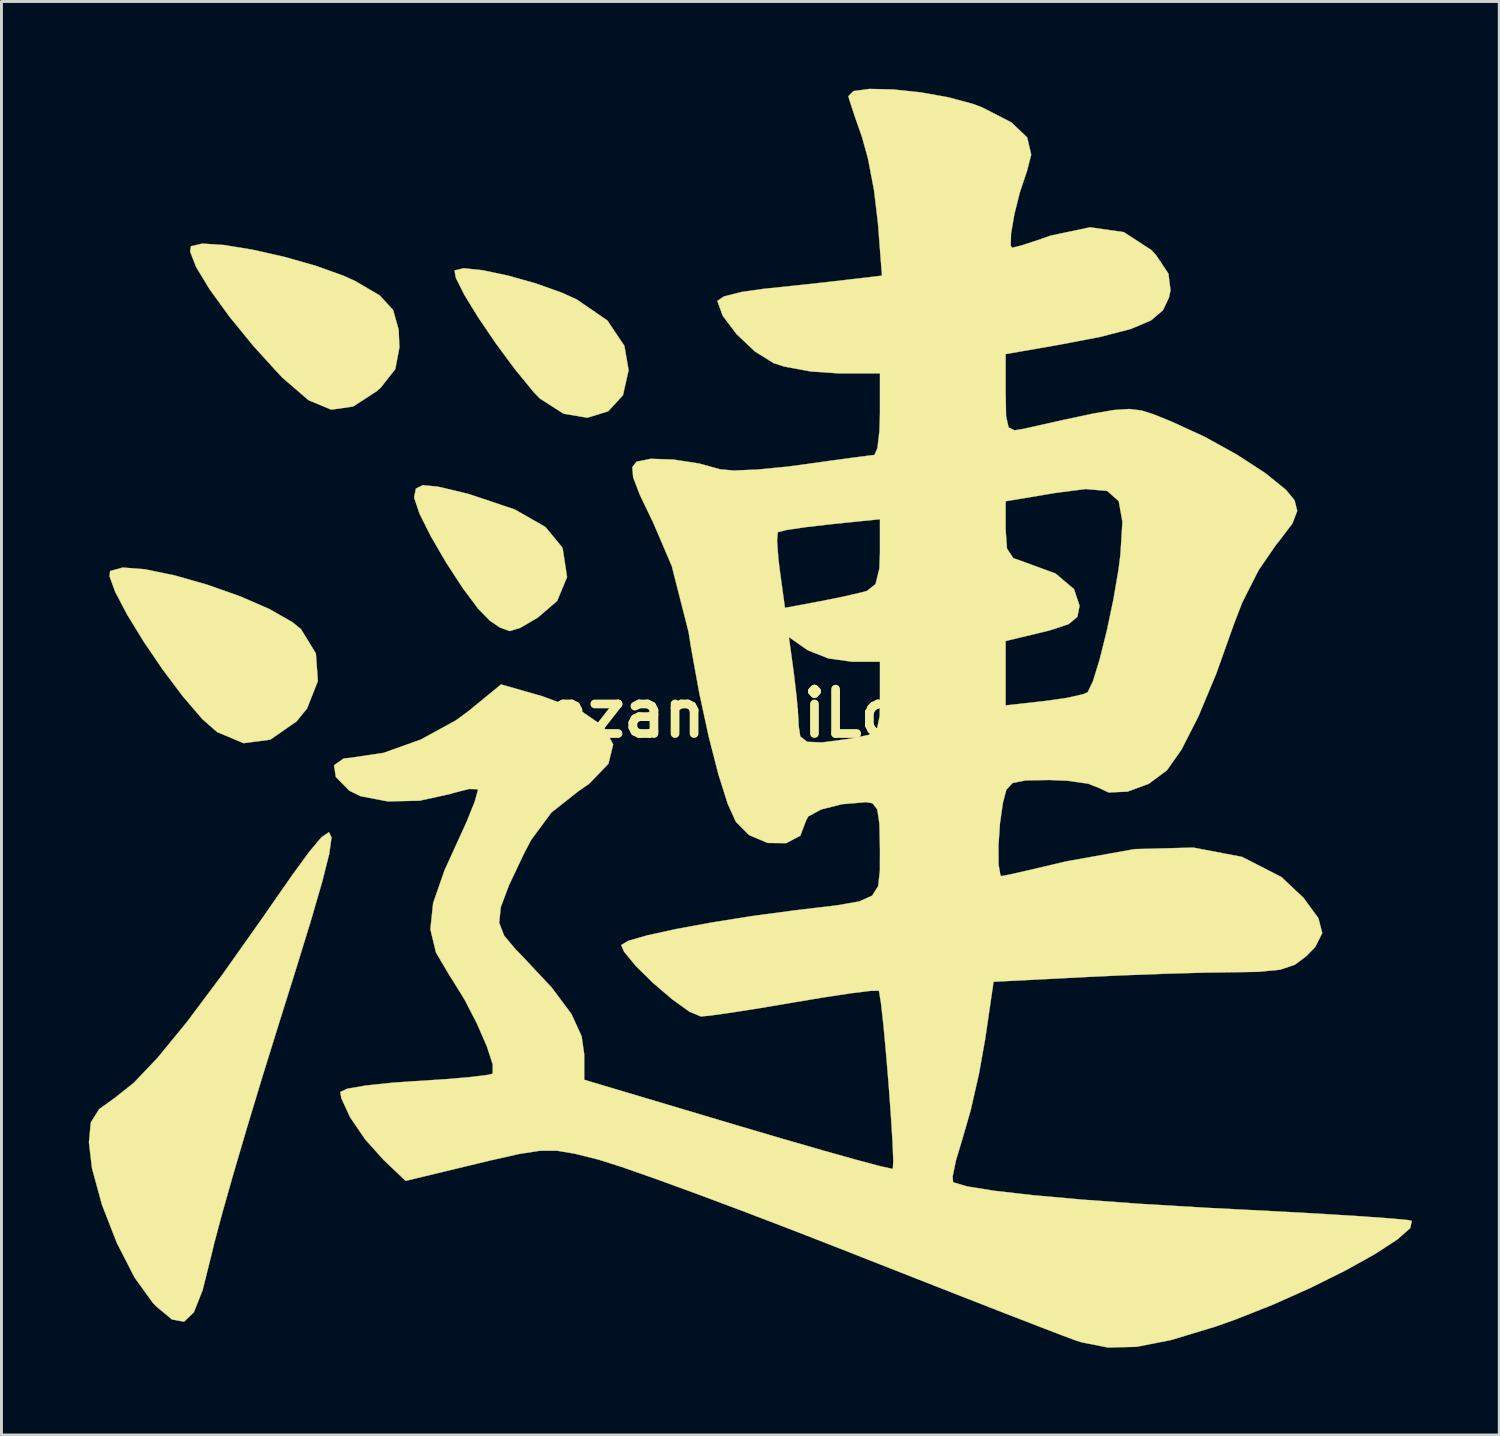
<source format=kicad_pcb>
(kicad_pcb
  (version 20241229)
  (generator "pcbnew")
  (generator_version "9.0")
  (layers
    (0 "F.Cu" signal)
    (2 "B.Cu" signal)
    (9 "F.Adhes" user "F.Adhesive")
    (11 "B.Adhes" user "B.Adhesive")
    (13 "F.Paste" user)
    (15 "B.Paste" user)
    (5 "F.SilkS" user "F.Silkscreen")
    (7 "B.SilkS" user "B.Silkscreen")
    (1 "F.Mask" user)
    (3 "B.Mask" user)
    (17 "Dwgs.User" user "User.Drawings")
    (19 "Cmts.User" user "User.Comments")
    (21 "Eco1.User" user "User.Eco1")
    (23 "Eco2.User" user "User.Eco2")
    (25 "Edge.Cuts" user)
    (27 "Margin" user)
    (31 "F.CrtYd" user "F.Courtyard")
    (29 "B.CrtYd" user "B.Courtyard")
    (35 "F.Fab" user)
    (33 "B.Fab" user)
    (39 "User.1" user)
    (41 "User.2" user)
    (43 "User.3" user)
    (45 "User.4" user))
  (footprint "sazanamiLogo"
    (layer "F.Cu")
    (at 22.611 21.463)
    (property "Reference" "sazanamiLogo" (at 0 0 0) (layer "F.SilkS") (effects (font (size 1.524 1.524) (thickness 0.3))))
    (attr through_hole)
    (fp_poly (pts (xy -9.072 -15.227) (xy -8.203 -15.043) (xy -7.255 -14.776) (xy -6.361 -14.458) (xy -5.851 -14.228) (xy -4.794 -13.503) (xy -4.208 -12.631) (xy -4.064 -11.794) (xy -4.257 -10.934) (xy -4.765 -10.381) (xy -5.481 -10.161) (xy -6.297 -10.298) (xy -7.108 -10.817) (xy -7.324 -11.04) (xy -7.975 -11.834) (xy -8.634 -12.726) (xy -9.236 -13.614) (xy -9.714 -14.396) (xy -10.001 -14.97) (xy -10.044 -15.222) (xy -9.73 -15.297) (xy -9.072 -15.227)) (stroke (width 0.01) (type solid)) (fill yes) (layer "F.SilkS"))
    (fp_poly (pts (xy -20.667 -4.952) (xy -19.659 -4.743) (xy -18.536 -4.422) (xy -17.412 -4.025) (xy -16.401 -3.586) (xy -15.619 -3.14) (xy -15.319 -2.896) (xy -14.808 -2.063) (xy -14.739 -1.115) (xy -15.109 -0.175) (xy -15.474 0.274) (xy -16.373 0.899) (xy -17.293 1.021) (xy -18.204 0.638) (xy -18.712 0.191) (xy -19.379 -0.587) (xy -20.071 -1.507) (xy -20.728 -2.474) (xy -21.291 -3.394) (xy -21.701 -4.171) (xy -21.897 -4.71) (xy -21.878 -4.894) (xy -21.445 -5.014) (xy -20.667 -4.952)) (stroke (width 0.01) (type solid)) (fill yes) (layer "F.SilkS"))
    (fp_poly (pts (xy -10.617 -7.794) (xy -9.731 -7.584) (xy -9.525 -7.53) (xy -7.976 -7.01) (xy -6.922 -6.408) (xy -6.354 -5.719) (xy -6.325 -5.649) (xy -6.178 -4.686) (xy -6.518 -3.866) (xy -7.182 -3.295) (xy -7.786 -2.941) (xy -8.154 -2.831) (xy -8.486 -2.953) (xy -8.829 -3.186) (xy -9.238 -3.604) (xy -9.768 -4.316) (xy -10.334 -5.186) (xy -10.854 -6.079) (xy -11.246 -6.859) (xy -11.426 -7.392) (xy -11.43 -7.444) (xy -11.371 -7.728) (xy -11.132 -7.844) (xy -10.617 -7.794)) (stroke (width 0.01) (type solid)) (fill yes) (layer "F.SilkS"))
    (fp_poly (pts (xy -17.967 -16.095) (xy -16.986 -15.935) (xy -15.893 -15.688) (xy -14.81 -15.381) (xy -13.861 -15.04) (xy -13.454 -14.855) (xy -12.613 -14.362) (xy -12.152 -13.858) (xy -11.964 -13.183) (xy -11.938 -12.575) (xy -12.08 -11.83) (xy -12.58 -11.193) (xy -12.719 -11.072) (xy -13.529 -10.546) (xy -14.28 -10.438) (xy -15.061 -10.763) (xy -15.957 -11.535) (xy -16.04 -11.62) (xy -16.962 -12.633) (xy -17.785 -13.643) (xy -18.458 -14.572) (xy -18.924 -15.341) (xy -19.131 -15.873) (xy -19.099 -16.054) (xy -18.712 -16.144) (xy -17.967 -16.095)) (stroke (width 0.01) (type solid)) (fill yes) (layer "F.SilkS"))
    (fp_poly (pts (xy -14.271 4.261) (xy -14.349 4.82) (xy -14.589 5.777) (xy -14.99 7.155) (xy -15.551 8.976) (xy -16.094 10.705) (xy -16.646 12.482) (xy -17.171 14.218) (xy -17.641 15.815) (xy -18.027 17.175) (xy -18.301 18.202) (xy -18.392 18.585) (xy -18.7 19.815) (xy -19.001 20.575) (xy -19.338 20.898) (xy -19.752 20.821) (xy -20.287 20.377) (xy -20.412 20.248) (xy -21.037 19.381) (xy -21.643 18.198) (xy -22.156 16.885) (xy -22.5 15.63) (xy -22.606 14.738) (xy -22.54 14.049) (xy -22.254 13.594) (xy -21.714 13.206) (xy -21.064 12.689) (xy -20.246 11.829) (xy -19.241 10.602) (xy -18.03 8.984) (xy -16.592 6.951) (xy -16.383 6.648) (xy -15.622 5.555) (xy -15.032 4.747) (xy -14.612 4.247) (xy -14.358 4.078) (xy -14.271 4.261)) (stroke (width 0.01) (type solid)) (fill yes) (layer "F.SilkS"))
    (fp_poly (pts (xy 5.022 -21.44) (xy 5.965 -21.341) (xy 6.924 -21.17) (xy 7.778 -20.939) (xy 8.091 -20.82) (xy 9.088 -20.308) (xy 9.631 -19.791) (xy 9.769 -19.199) (xy 9.62 -18.622) (xy 9.382 -17.917) (xy 9.191 -17.154) (xy 9.076 -16.487) (xy 9.065 -16.069) (xy 9.115 -16.001) (xy 9.426 -16.079) (xy 10.043 -16.279) (xy 10.437 -16.418) (xy 11.789 -16.704) (xy 12.953 -16.537) (xy 13.9 -15.921) (xy 14.061 -15.744) (xy 14.484 -15.112) (xy 14.555 -14.54) (xy 14.504 -14.293) (xy 14.297 -13.855) (xy 13.886 -13.505) (xy 13.194 -13.211) (xy 12.145 -12.939) (xy 10.732 -12.668) (xy 8.89 -12.347) (xy 8.89 -10.995) (xy 8.906 -10.216) (xy 8.99 -9.832) (xy 9.193 -9.729) (xy 9.461 -9.77) (xy 10.881 -10.087) (xy 11.901 -10.305) (xy 12.622 -10.428) (xy 13.142 -10.461) (xy 13.559 -10.41) (xy 13.973 -10.279) (xy 14.482 -10.073) (xy 14.589 -10.029) (xy 15.732 -9.504) (xy 16.847 -8.887) (xy 17.818 -8.254) (xy 18.526 -7.68) (xy 18.817 -7.327) (xy 18.909 -6.96) (xy 18.744 -6.527) (xy 18.267 -5.898) (xy 18.183 -5.799) (xy 17.583 -4.924) (xy 17.019 -3.811) (xy 16.736 -3.076) (xy 16.123 -1.356) (xy 15.51 0.11) (xy 14.933 1.241) (xy 14.433 1.953) (xy 13.81 2.415) (xy 13.08 2.685) (xy 12.428 2.715) (xy 12.116 2.566) (xy 11.722 2.412) (xy 11.003 2.31) (xy 10.395 2.286) (xy 9.577 2.3) (xy 9.129 2.389) (xy 8.915 2.62) (xy 8.799 3.06) (xy 8.795 3.08) (xy 8.694 3.787) (xy 8.644 4.546) (xy 8.648 5.191) (xy 8.71 5.557) (xy 8.747 5.588) (xy 9.028 5.533) (xy 9.681 5.385) (xy 10.586 5.173) (xy 10.969 5.082) (xy 13.325 4.66) (xy 15.338 4.608) (xy 17.016 4.928) (xy 18.365 5.619) (xy 19.124 6.333) (xy 19.636 7.031) (xy 19.769 7.545) (xy 19.529 8.022) (xy 19.224 8.338) (xy 18.827 8.634) (xy 18.327 8.803) (xy 17.577 8.877) (xy 16.748 8.891) (xy 15.714 8.905) (xy 14.362 8.943) (xy 12.879 8.999) (xy 11.667 9.055) (xy 8.475 9.218) (xy 8.189 11.179) (xy 7.975 12.38) (xy 7.694 13.615) (xy 7.417 14.579) (xy 7.184 15.354) (xy 7.068 15.911) (xy 7.085 16.107) (xy 7.564 16.249) (xy 8.499 16.399) (xy 9.84 16.552) (xy 11.535 16.704) (xy 13.532 16.849) (xy 15.781 16.983) (xy 16.764 17.033) (xy 18.452 17.12) (xy 19.964 17.205) (xy 21.228 17.285) (xy 22.174 17.354) (xy 22.729 17.408) (xy 22.845 17.432) (xy 22.793 17.681) (xy 22.343 18.077) (xy 21.572 18.578) (xy 20.554 19.144) (xy 19.366 19.734) (xy 18.082 20.309) (xy 16.777 20.826) (xy 16.092 21.068) (xy 14.577 21.526) (xy 13.389 21.761) (xy 12.405 21.784) (xy 11.503 21.607) (xy 11.303 21.543) (xy 10.877 21.385) (xy 10.045 21.066) (xy 8.874 20.612) (xy 7.432 20.049) (xy 5.785 19.403) (xy 3.999 18.701) (xy 3.544 18.521) (xy 1.678 17.793) (xy -0.119 17.105) (xy -1.77 16.487) (xy -3.195 15.968) (xy -4.318 15.576) (xy -5.06 15.34) (xy -5.138 15.319) (xy -5.927 15.122) (xy -6.537 15.022) (xy -7.121 15.025) (xy -7.836 15.137) (xy -8.836 15.363) (xy -9.273 15.468) (xy -11.724 16.059) (xy -12.489 15.332) (xy -13.115 14.633) (xy -13.632 13.874) (xy -13.933 13.221) (xy -13.97 13.004) (xy -13.734 12.894) (xy -13.097 12.783) (xy -12.167 12.685) (xy -11.411 12.633) (xy -10.324 12.563) (xy -9.442 12.486) (xy -8.877 12.414) (xy -8.733 12.374) (xy -8.733 12.057) (xy -8.934 11.438) (xy -9.278 10.648) (xy -9.706 9.82) (xy -10.159 9.089) (xy -10.201 9.03) (xy -10.681 8.215) (xy -10.875 7.416) (xy -10.78 6.515) (xy -10.39 5.393) (xy -10.026 4.593) (xy -9.626 3.716) (xy -9.35 3.028) (xy -9.243 2.642) (xy -9.251 2.602) (xy -9.547 2.595) (xy -10.11 2.739) (xy -10.185 2.765) (xy -11.244 2.997) (xy -12.34 3.021) (xy -13.275 2.842) (xy -13.659 2.653) (xy -14.122 2.183) (xy -14.185 1.778) (xy -13.85 1.545) (xy -13.629 1.524) (xy -12.482 1.353) (xy -11.2 0.895) (xy -9.995 0.235) (xy -9.547 -0.096) (xy -8.447 -0.997) (xy -7.032 -0.594) (xy -5.739 -0.114) (xy -4.924 0.445) (xy -4.594 1.064) (xy -4.756 1.727) (xy -5.417 2.414) (xy -5.783 2.667) (xy -6.717 3.404) (xy -7.411 4.343) (xy -7.664 4.826) (xy -8.175 5.907) (xy -8.456 6.655) (xy -8.51 7.191) (xy -8.341 7.632) (xy -7.95 8.1) (xy -7.739 8.314) (xy -6.701 9.422) (xy -6.03 10.321) (xy -5.677 11.092) (xy -5.588 11.714) (xy -5.588 12.586) (xy -0.327 14.155) (xy 1.22 14.611) (xy 2.594 15.008) (xy 3.724 15.325) (xy 4.54 15.543) (xy 4.969 15.641) (xy 5.016 15.643) (xy 5.03 15.373) (xy 5.004 14.719) (xy 4.947 13.803) (xy 4.87 12.748) (xy 4.781 11.673) (xy 4.691 10.703) (xy 4.608 9.957) (xy 4.544 9.558) (xy 4.53 9.525) (xy 4.258 9.53) (xy 3.592 9.611) (xy 2.634 9.756) (xy 1.648 9.921) (xy 0.477 10.119) (xy -0.537 10.279) (xy -1.274 10.382) (xy -1.583 10.411) (xy -1.974 10.246) (xy -2.562 9.824) (xy -3.219 9.263) (xy -3.814 8.679) (xy -4.218 8.187) (xy -4.318 7.956) (xy -4.08 7.813) (xy -3.426 7.624) (xy -2.441 7.408) (xy -1.214 7.182) (xy 0.169 6.962) (xy 1.621 6.767) (xy 1.905 6.733) (xy 3.088 6.593) (xy 3.858 6.459) (xy 4.302 6.261) (xy 4.51 5.933) (xy 4.57 5.406) (xy 4.572 4.679) (xy 4.554 3.788) (xy 4.479 3.294) (xy 4.314 3.085) (xy 4.096 3.048) (xy 3.265 3.118) (xy 2.551 3.298) (xy 2.106 3.54) (xy 2.032 3.684) (xy 1.837 4.2) (xy 1.35 4.456) (xy 0.713 4.449) (xy 0.071 4.177) (xy -0.379 3.721) (xy -0.658 3.106) (xy -0.978 2.094) (xy -1.313 0.789) (xy -1.635 -0.7) (xy -1.92 -2.27) (xy -1.975 -2.625) (xy 1.443 -2.625) (xy 1.611 -1.404) (xy 1.712 -0.54) (xy 1.772 0.204) (xy 1.778 0.416) (xy 1.835 0.789) (xy 2.073 0.974) (xy 2.592 0.994) (xy 3.495 0.873) (xy 3.619 0.853) (xy 4.189 0.736) (xy 4.469 0.531) (xy 4.563 0.089) (xy 4.572 -0.541) (xy 4.572 -1.778) (xy 3.613 -1.778) (xy 2.798 -1.892) (xy 2.099 -2.168) (xy 2.048 -2.202) (xy 1.443 -2.625) (xy -1.975 -2.625) (xy -2.002 -2.794) (xy -2.58 -5.063) (xy -2.955 -5.941) (xy 1.037 -5.941) (xy 1.082 -5.319) (xy 1.136 -4.879) (xy 1.308 -3.629) (xy 2.495 -3.85) (xy 3.305 -4.013) (xy 3.957 -4.164) (xy 4.128 -4.212) (xy 4.42 -4.444) (xy 4.552 -4.978) (xy 4.572 -5.513) (xy 4.572 -6.674) (xy 2.866 -6.499) (xy 1.993 -6.398) (xy 1.344 -6.3) (xy 1.062 -6.227) (xy 1.037 -5.941) (xy -2.955 -5.941) (xy -3.221 -6.561) (xy -3.572 -7.291) (xy 8.89 -7.291) (xy 8.89 -6.317) (xy 8.938 -5.662) (xy 9.154 -5.337) (xy 9.588 -5.182) (xy 10.606 -4.808) (xy 11.24 -4.272) (xy 11.43 -3.702) (xy 11.357 -3.322) (xy 11.057 -3.069) (xy 10.408 -2.855) (xy 10.16 -2.794) (xy 8.89 -2.489) (xy 8.89 -0.278) (xy 10.223 -0.426) (xy 11.003 -0.537) (xy 11.555 -0.661) (xy 11.71 -0.731) (xy 11.892 -1.112) (xy 12.121 -1.859) (xy 12.365 -2.836) (xy 12.591 -3.907) (xy 12.768 -4.936) (xy 12.834 -5.461) (xy 12.903 -6.59) (xy 12.775 -7.296) (xy 12.378 -7.646) (xy 11.64 -7.711) (xy 10.604 -7.578) (xy 8.89 -7.291) (xy -3.572 -7.291) (xy -3.678 -7.511) (xy -3.908 -8.113) (xy -3.937 -8.461) (xy -3.792 -8.649) (xy -3.304 -8.75) (xy -2.52 -8.724) (xy -1.631 -8.586) (xy -0.917 -8.389) (xy -0.461 -8.347) (xy 0.354 -8.38) (xy 1.383 -8.48) (xy 1.877 -8.545) (xy 2.914 -8.69) (xy 3.756 -8.804) (xy 4.279 -8.871) (xy 4.381 -8.881) (xy 4.486 -9.116) (xy 4.555 -9.713) (xy 4.572 -10.287) (xy 4.572 -11.684) (xy 3.167 -11.684) (xy 2.194 -11.75) (xy 1.285 -11.918) (xy 0.919 -12.036) (xy 0.275 -12.437) (xy -0.355 -13.033) (xy -0.832 -13.667) (xy -1.016 -14.175) (xy -0.785 -14.329) (xy -0.183 -14.482) (xy 0.572 -14.589) (xy 1.679 -14.704) (xy 2.808 -14.828) (xy 3.4 -14.896) (xy 4.641 -15.043) (xy 4.502 -16.856) (xy 4.369 -17.972) (xy 4.16 -19.069) (xy 3.953 -19.812) (xy 3.698 -20.54) (xy 3.523 -21.077) (xy 3.486 -21.209) (xy 3.662 -21.384) (xy 4.214 -21.458) (xy 5.022 -21.44)) (stroke (width 0.01) (type solid)) (fill yes) (layer "F.SilkS")))
  (gr_rect
    (start -3 -3)
    (end 48.461 46.252)
    (stroke (width 0.1) (type default))
    (fill no)
    (layer "Edge.Cuts")))
</source>
